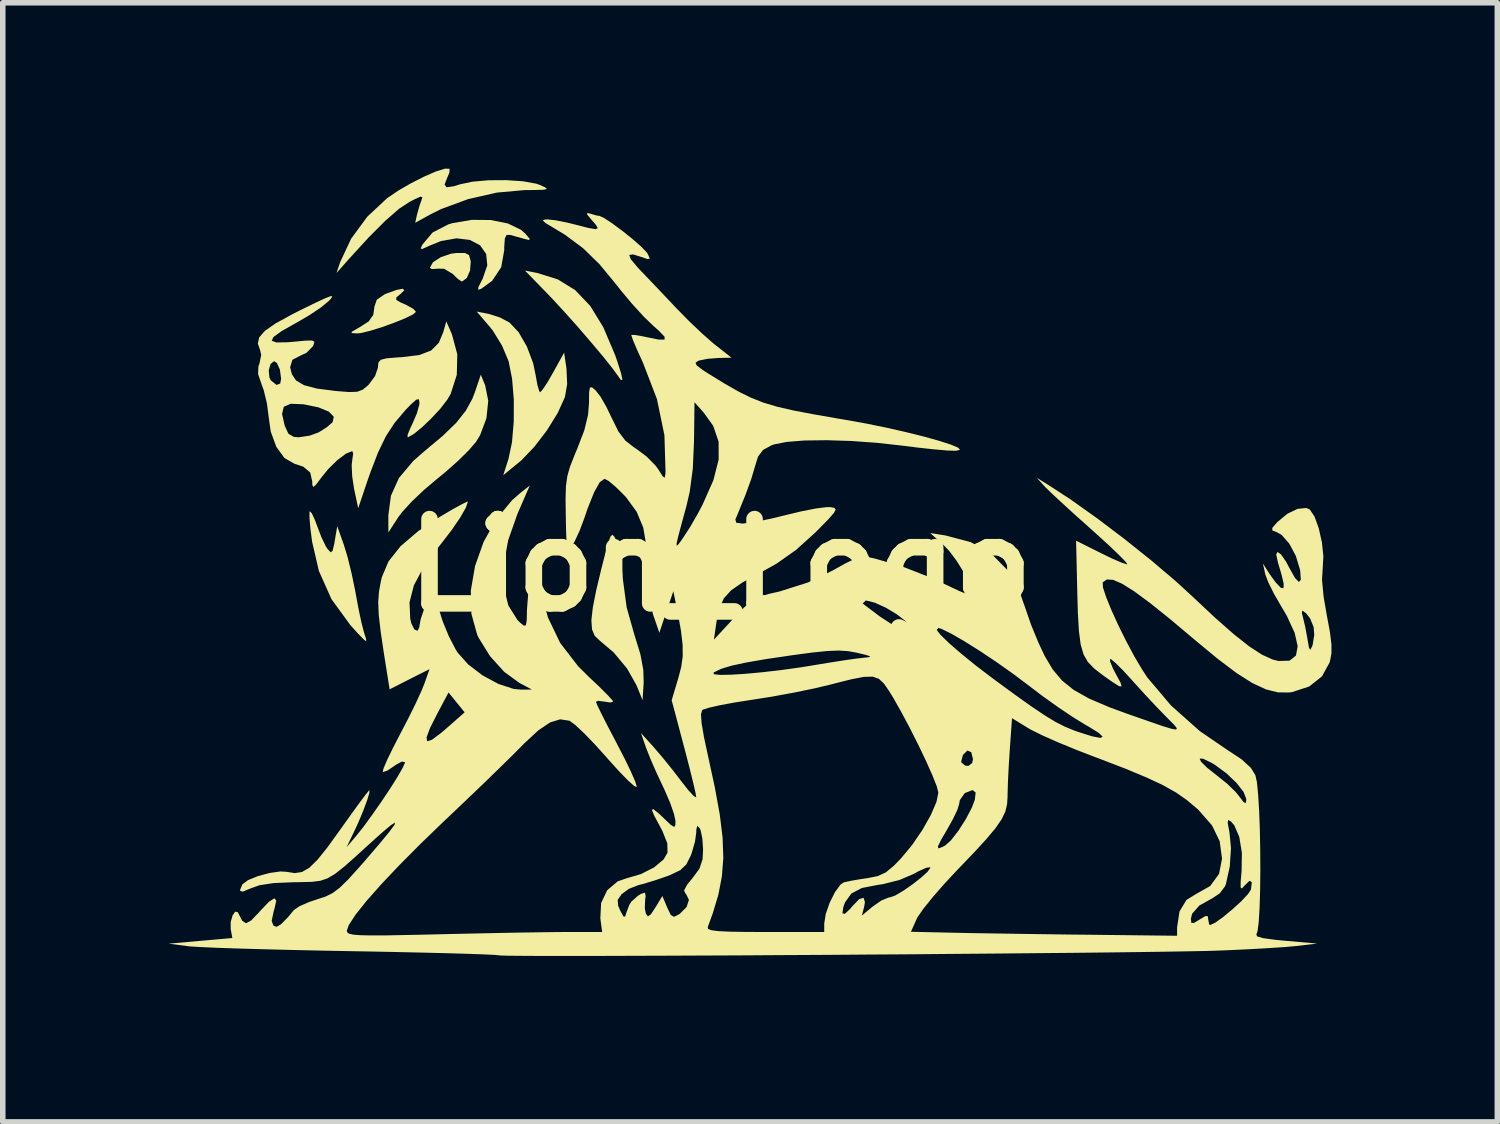
<source format=kicad_pcb>
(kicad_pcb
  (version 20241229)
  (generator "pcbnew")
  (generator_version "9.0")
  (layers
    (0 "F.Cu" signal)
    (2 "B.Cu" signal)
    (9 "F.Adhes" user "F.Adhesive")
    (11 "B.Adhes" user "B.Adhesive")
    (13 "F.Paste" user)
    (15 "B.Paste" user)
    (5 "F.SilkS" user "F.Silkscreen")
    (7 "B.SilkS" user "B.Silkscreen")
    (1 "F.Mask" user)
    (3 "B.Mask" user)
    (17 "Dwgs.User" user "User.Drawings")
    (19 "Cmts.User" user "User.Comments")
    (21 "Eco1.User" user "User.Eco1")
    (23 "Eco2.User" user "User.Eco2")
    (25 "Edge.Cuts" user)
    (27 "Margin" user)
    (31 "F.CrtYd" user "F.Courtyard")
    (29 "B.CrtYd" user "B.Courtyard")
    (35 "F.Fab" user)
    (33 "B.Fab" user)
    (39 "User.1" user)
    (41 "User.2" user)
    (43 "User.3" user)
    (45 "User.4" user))
  (footprint "Lion_Logo"
    (layer "F.Cu")
    (at 9.979 7.173)
    (property "Reference" "Lion_Logo" (at 0 0 0) (layer "F.SilkS") (effects (font (size 1.524 1.524) (thickness 0.3))))
    (attr board_only exclude_from_pos_files exclude_from_bom)
    (fp_poly (pts (xy -4.547 -5.61) (xy -4.518 -5.508) (xy -4.516 -5.486) (xy -4.528 -5.33) (xy -4.586 -5.197) (xy -4.668 -5.135) (xy -4.684 -5.135) (xy -4.751 -5.18) (xy -4.839 -5.267) (xy -4.998 -5.363) (xy -5.105 -5.364) (xy -5.218 -5.357) (xy -5.255 -5.379) (xy -5.2 -5.479) (xy -5.06 -5.571) (xy -4.876 -5.634) (xy -4.78 -5.647) (xy -4.621 -5.648)) (stroke (width 0) (type solid)) (fill yes) (layer "F.SilkS"))
    (fp_poly (pts (xy -3.316 -5.287) (xy -2.945 -5.172) (xy -2.628 -4.977) (xy -2.355 -4.691) (xy -2.118 -4.304) (xy -1.906 -3.805) (xy -1.87 -3.702) (xy -1.797 -3.473) (xy -1.773 -3.355) (xy -1.8 -3.351) (xy -1.855 -3.428) (xy -1.958 -3.569) (xy -2.125 -3.778) (xy -2.337 -4.03) (xy -2.572 -4.303) (xy -2.812 -4.572) (xy -3.034 -4.813) (xy -3.119 -4.902) (xy -3.535 -5.33)) (stroke (width 0) (type solid)) (fill yes) (layer "F.SilkS"))
    (fp_poly (pts (xy -4.255 -3.255) (xy -4.199 -2.975) (xy -4.232 -2.659) (xy -4.347 -2.352) (xy -4.419 -2.234) (xy -4.547 -2.085) (xy -4.743 -1.891) (xy -4.976 -1.684) (xy -5.118 -1.568) (xy -5.36 -1.364) (xy -5.584 -1.151) (xy -5.757 -0.962) (xy -5.822 -0.876) (xy -6.005 -0.594) (xy -6.006 -0.903) (xy -5.959 -1.258) (xy -5.814 -1.579) (xy -5.558 -1.884) (xy -5.36 -2.058) (xy -5.024 -2.339) (xy -4.778 -2.577) (xy -4.606 -2.794) (xy -4.488 -3.008) (xy -4.442 -3.127) (xy -4.334 -3.446)) (stroke (width 0) (type solid)) (fill yes) (layer "F.SilkS"))
    (fp_poly (pts (xy -1.92 -0.519) (xy -1.886 -0.457) (xy -1.838 -0.31) (xy -1.797 -0.083) (xy -1.771 0.177) (xy -1.77 0.21) (xy -1.696 0.762) (xy -1.558 1.25) (xy -1.448 1.607) (xy -1.395 1.891) (xy -1.388 2.119) (xy -1.408 2.44) (xy -1.519 2.168) (xy -1.688 1.868) (xy -1.931 1.576) (xy -2.189 1.357) (xy -2.274 1.276) (xy -2.322 1.161) (xy -2.334 0.996) (xy -2.308 0.764) (xy -2.245 0.445) (xy -2.155 0.07) (xy -2.079 -0.229) (xy -2.025 -0.422) (xy -1.986 -0.524) (xy -1.954 -0.552)) (stroke (width 0) (type solid)) (fill yes) (layer "F.SilkS"))
    (fp_poly (pts (xy -5.718 -4.973) (xy -5.782 -4.91) (xy -5.862 -4.844) (xy -5.863 -4.799) (xy -5.771 -4.747) (xy -5.677 -4.706) (xy -5.556 -4.639) (xy -5.506 -4.584) (xy -5.561 -4.536) (xy -5.704 -4.466) (xy -5.902 -4.386) (xy -6.123 -4.306) (xy -6.333 -4.241) (xy -6.501 -4.2) (xy -6.569 -4.193) (xy -6.668 -4.199) (xy -6.669 -4.222) (xy -6.566 -4.282) (xy -6.538 -4.297) (xy -6.362 -4.41) (xy -6.278 -4.529) (xy -6.257 -4.68) (xy -6.215 -4.803) (xy -6.075 -4.899) (xy -6.039 -4.914) (xy -5.854 -4.981) (xy -5.742 -5)) (stroke (width 0) (type solid)) (fill yes) (layer "F.SilkS"))
    (fp_poly (pts (xy -7.391 -0.942) (xy -7.334 -0.819) (xy -7.293 -0.708) (xy -7.216 -0.508) (xy -7.137 -0.344) (xy -7.105 -0.294) (xy -7.05 -0.235) (xy -7.015 -0.259) (xy -6.985 -0.383) (xy -6.975 -0.444) (xy -6.93 -0.707) (xy -6.81 -0.369) (xy -6.742 -0.144) (xy -6.67 0.149) (xy -6.606 0.456) (xy -6.594 0.525) (xy -6.544 0.793) (xy -6.494 1.028) (xy -6.452 1.192) (xy -6.441 1.229) (xy -6.407 1.339) (xy -6.409 1.376) (xy -6.459 1.333) (xy -6.568 1.221) (xy -6.695 1.079) (xy -7.033 0.615) (xy -7.262 0.103) (xy -7.385 -0.429) (xy -7.416 -0.669) (xy -7.432 -0.858) (xy -7.432 -0.965) (xy -7.428 -0.977)) (stroke (width 0) (type solid)) (fill yes) (layer "F.SilkS"))
    (fp_poly (pts (xy -4.19 -4.546) (xy -3.989 -4.482) (xy -3.816 -4.391) (xy -3.65 -4.215) (xy -3.5 -3.955) (xy -3.387 -3.654) (xy -3.34 -3.429) (xy -3.309 -3.255) (xy -3.276 -3.147) (xy -3.261 -3.129) (xy -3.213 -3.18) (xy -3.126 -3.312) (xy -3.025 -3.488) (xy -2.827 -3.846) (xy -2.784 -3.554) (xy -2.772 -3.276) (xy -2.812 -3.043) (xy -2.94 -2.76) (xy -3.135 -2.444) (xy -3.366 -2.142) (xy -3.601 -1.897) (xy -3.643 -1.862) (xy -3.928 -1.629) (xy -3.833 -1.925) (xy -3.77 -2.223) (xy -3.738 -2.596) (xy -3.737 -2.995) (xy -3.768 -3.374) (xy -3.83 -3.686) (xy -3.832 -3.693) (xy -3.95 -3.973) (xy -4.117 -4.245) (xy -4.172 -4.313) (xy -4.407 -4.588)) (stroke (width 0) (type solid)) (fill yes) (layer "F.SilkS"))
    (fp_poly (pts (xy -4.154 -6.244) (xy -3.845 -6.182) (xy -3.606 -6.066) (xy -3.528 -5.997) (xy -3.45 -5.904) (xy -3.46 -5.882) (xy -3.55 -5.904) (xy -3.714 -5.95) (xy -3.801 -5.974) (xy -3.866 -5.975) (xy -3.899 -5.912) (xy -3.91 -5.757) (xy -3.91 -5.697) (xy -3.965 -5.39) (xy -4.129 -5.144) (xy -4.327 -5) (xy -4.382 -4.982) (xy -4.377 -5.031) (xy -4.309 -5.165) (xy -4.301 -5.18) (xy -4.216 -5.425) (xy -4.237 -5.63) (xy -4.347 -5.787) (xy -4.531 -5.884) (xy -4.773 -5.913) (xy -5.056 -5.863) (xy -5.275 -5.774) (xy -5.393 -5.72) (xy -5.422 -5.729) (xy -5.39 -5.799) (xy -5.206 -6.018) (xy -4.924 -6.164) (xy -4.849 -6.187) (xy -4.499 -6.247)) (stroke (width 0) (type solid)) (fill yes) (layer "F.SilkS"))
    (fp_poly (pts (xy -4.898 -7.171) (xy -4.898 -7.171) (xy -4.902 -7.101) (xy -4.942 -7.007) (xy -4.989 -6.885) (xy -4.952 -6.836) (xy -4.82 -6.855) (xy -4.712 -6.889) (xy -4.487 -6.937) (xy -4.193 -6.963) (xy -3.874 -6.965) (xy -3.574 -6.945) (xy -3.335 -6.902) (xy -3.265 -6.878) (xy -3.167 -6.833) (xy -3.138 -6.806) (xy -3.194 -6.792) (xy -3.349 -6.787) (xy -3.546 -6.785) (xy -4.044 -6.74) (xy -4.566 -6.621) (xy -5.052 -6.442) (xy -5.247 -6.345) (xy -5.52 -6.194) (xy -5.489 -6.335) (xy -5.442 -6.504) (xy -5.411 -6.59) (xy -5.39 -6.656) (xy -5.422 -6.667) (xy -5.529 -6.62) (xy -5.616 -6.576) (xy -5.811 -6.448) (xy -6.058 -6.233) (xy -6.365 -5.926) (xy -6.735 -5.521) (xy -6.749 -5.505) (xy -6.943 -5.286) (xy -6.877 -5.483) (xy -6.679 -5.906) (xy -6.386 -6.305) (xy -6.028 -6.639) (xy -6.026 -6.64) (xy -5.826 -6.776) (xy -5.594 -6.91) (xy -5.357 -7.03) (xy -5.145 -7.122) (xy -4.982 -7.173)) (stroke (width 0) (type solid)) (fill yes) (layer "F.SilkS"))
    (fp_poly (pts (xy -7.018 -4.859) (xy -7.057 -4.807) (xy -7.082 -4.781) (xy -7.223 -4.664) (xy -7.432 -4.524) (xy -7.665 -4.388) (xy -7.673 -4.384) (xy -7.936 -4.235) (xy -8.084 -4.128) (xy -8.115 -4.061) (xy -8.031 -4.03) (xy -7.831 -4.033) (xy -7.725 -4.042) (xy -7.504 -4.063) (xy -7.385 -4.065) (xy -7.343 -4.042) (xy -7.358 -3.988) (xy -7.373 -3.958) (xy -7.486 -3.843) (xy -7.593 -3.793) (xy -7.741 -3.716) (xy -7.782 -3.582) (xy -7.751 -3.456) (xy -7.674 -3.341) (xy -7.53 -3.257) (xy -7.3 -3.196) (xy -6.965 -3.153) (xy -6.946 -3.151) (xy -6.715 -3.133) (xy -6.569 -3.138) (xy -6.47 -3.175) (xy -6.379 -3.25) (xy -6.356 -3.273) (xy -6.246 -3.423) (xy -6.194 -3.574) (xy -6.194 -3.587) (xy -6.185 -3.668) (xy -6.143 -3.716) (xy -6.038 -3.743) (xy -5.844 -3.759) (xy -5.76 -3.764) (xy -5.447 -3.802) (xy -5.232 -3.884) (xy -5.093 -4.024) (xy -5.012 -4.218) (xy -4.958 -4.411) (xy -4.856 -4.178) (xy -4.759 -3.816) (xy -4.768 -3.444) (xy -4.879 -3.099) (xy -4.94 -2.995) (xy -5.063 -2.835) (xy -5.223 -2.662) (xy -5.392 -2.5) (xy -5.543 -2.376) (xy -5.647 -2.317) (xy -5.659 -2.315) (xy -5.656 -2.364) (xy -5.605 -2.488) (xy -5.569 -2.563) (xy -5.49 -2.747) (xy -5.446 -2.906) (xy -5.443 -2.943) (xy -5.455 -3.004) (xy -5.501 -2.995) (xy -5.6 -2.907) (xy -5.698 -2.805) (xy -5.89 -2.579) (xy -6.049 -2.336) (xy -6.191 -2.043) (xy -6.335 -1.669) (xy -6.382 -1.533) (xy -6.551 -1.032) (xy -6.626 -1.385) (xy -6.66 -1.611) (xy -6.669 -1.811) (xy -6.659 -1.901) (xy -6.642 -2.02) (xy -6.658 -2.065) (xy -6.772 -2.019) (xy -6.928 -1.902) (xy -7.092 -1.741) (xy -7.204 -1.604) (xy -7.31 -1.463) (xy -7.362 -1.415) (xy -7.381 -1.453) (xy -7.382 -1.516) (xy -7.419 -1.678) (xy -7.544 -1.783) (xy -7.706 -1.837) (xy -7.885 -1.94) (xy -8.032 -2.142) (xy -8.133 -2.419) (xy -8.17 -2.68) (xy -8.177 -2.735) (xy -7.928 -2.735) (xy -7.88 -2.524) (xy -7.813 -2.379) (xy -7.716 -2.322) (xy -7.625 -2.315) (xy -7.427 -2.345) (xy -7.265 -2.404) (xy -7.114 -2.5) (xy -7.014 -2.588) (xy -6.992 -2.686) (xy -7.082 -2.779) (xy -7.27 -2.856) (xy -7.541 -2.912) (xy -7.545 -2.912) (xy -7.773 -2.921) (xy -7.897 -2.866) (xy -7.928 -2.735) (xy -8.177 -2.735) (xy -8.202 -2.929) (xy -8.26 -3.168) (xy -8.297 -3.269) (xy -8.362 -3.459) (xy -8.359 -3.522) (xy -8.169 -3.522) (xy -8.157 -3.395) (xy -8.131 -3.344) (xy -8.027 -3.261) (xy -7.961 -3.288) (xy -7.945 -3.373) (xy -7.967 -3.539) (xy -8.022 -3.659) (xy -8.073 -3.691) (xy -8.138 -3.639) (xy -8.169 -3.522) (xy -8.359 -3.522) (xy -8.355 -3.601) (xy -8.337 -3.649) (xy -8.305 -3.802) (xy -8.324 -3.888) (xy -8.366 -4.008) (xy -8.342 -4.121) (xy -8.24 -4.238) (xy -8.049 -4.372) (xy -7.756 -4.533) (xy -7.609 -4.608) (xy -7.325 -4.747) (xy -7.14 -4.833) (xy -7.042 -4.869)) (stroke (width 0) (type solid)) (fill yes) (layer "F.SilkS"))
    (fp_poly (pts (xy -2.357 -6.36) (xy -2.236 -6.325) (xy -2.191 -6.319) (xy -2.105 -6.281) (xy -1.956 -6.182) (xy -1.773 -6.047) (xy -1.588 -5.899) (xy -1.431 -5.761) (xy -1.331 -5.656) (xy -1.316 -5.634) (xy -1.278 -5.548) (xy -1.318 -5.537) (xy -1.41 -5.569) (xy -1.58 -5.622) (xy -1.65 -5.612) (xy -1.621 -5.534) (xy -1.494 -5.383) (xy -1.446 -5.332) (xy -1.259 -5.137) (xy -1.032 -4.898) (xy -0.81 -4.663) (xy -0.782 -4.634) (xy -0.564 -4.412) (xy -0.332 -4.192) (xy -0.131 -4.015) (xy -0.104 -3.994) (xy 0.199 -3.754) (xy -0.041 -3.749) (xy -0.232 -3.734) (xy -0.384 -3.704) (xy -0.399 -3.699) (xy -0.451 -3.663) (xy -0.428 -3.613) (xy -0.317 -3.529) (xy -0.212 -3.462) (xy 0.079 -3.283) (xy 0.325 -3.143) (xy 0.549 -3.032) (xy 0.775 -2.942) (xy 1.027 -2.867) (xy 1.329 -2.798) (xy 1.703 -2.727) (xy 2.174 -2.645) (xy 2.254 -2.632) (xy 2.637 -2.563) (xy 3.014 -2.486) (xy 3.369 -2.405) (xy 3.69 -2.325) (xy 3.961 -2.249) (xy 4.168 -2.182) (xy 4.297 -2.127) (xy 4.333 -2.089) (xy 4.263 -2.071) (xy 4.25 -2.071) (xy 4.098 -2.076) (xy 3.857 -2.097) (xy 3.564 -2.129) (xy 3.312 -2.161) (xy 2.837 -2.214) (xy 2.365 -2.248) (xy 1.92 -2.262) (xy 1.523 -2.257) (xy 1.198 -2.231) (xy 0.968 -2.186) (xy 0.926 -2.171) (xy 0.769 -2.085) (xy 0.68 -1.965) (xy 0.629 -1.803) (xy 0.56 -1.569) (xy 0.455 -1.279) (xy 0.303 -0.906) (xy 0.27 -0.829) (xy 0.285 -0.77) (xy 0.4 -0.754) (xy 0.619 -0.781) (xy 0.949 -0.851) (xy 1.193 -0.911) (xy 1.474 -0.978) (xy 1.726 -1.027) (xy 1.915 -1.051) (xy 1.985 -1.052) (xy 2.058 -1.039) (xy 2.084 -1.01) (xy 2.054 -0.949) (xy 1.958 -0.839) (xy 1.786 -0.663) (xy 1.712 -0.589) (xy 1.371 -0.281) (xy 1.016 -0.03) (xy 0.691 0.151) (xy 0.395 0.313) (xy 0.193 0.453) (xy 0.062 0.597) (xy -0.017 0.774) (xy -0.069 1.008) (xy -0.082 1.095) (xy -0.118 1.345) (xy 0.238 0.96) (xy 0.421 0.769) (xy 0.563 0.647) (xy 0.634 0.608) (xy 2.471 0.608) (xy 2.628 0.734) (xy 2.89 0.931) (xy 3.115 1.077) (xy 3.29 1.164) (xy 3.4 1.185) (xy 3.415 1.161) (xy 3.904 1.161) (xy 3.981 1.259) (xy 4.133 1.407) (xy 4.348 1.593) (xy 4.612 1.808) (xy 4.913 2.037) (xy 4.942 2.059) (xy 5.323 2.338) (xy 5.622 2.551) (xy 5.86 2.711) (xy 6.053 2.829) (xy 6.221 2.915) (xy 6.382 2.982) (xy 6.464 3.012) (xy 6.721 3.093) (xy 6.872 3.122) (xy 6.913 3.101) (xy 6.843 3.032) (xy 6.658 2.917) (xy 6.614 2.893) (xy 6.392 2.757) (xy 6.111 2.569) (xy 5.81 2.354) (xy 5.562 2.165) (xy 5.288 1.959) (xy 4.992 1.75) (xy 4.694 1.551) (xy 4.415 1.376) (xy 4.177 1.238) (xy 4 1.151) (xy 3.915 1.126) (xy 3.904 1.161) (xy 3.415 1.161) (xy 3.431 1.135) (xy 3.426 1.11) (xy 3.346 1.008) (xy 3.188 0.885) (xy 2.991 0.767) (xy 2.795 0.678) (xy 2.69 0.649) (xy 2.471 0.608) (xy 0.634 0.608) (xy 0.705 0.57) (xy 0.889 0.514) (xy 1.068 0.474) (xy 1.586 0.31) (xy 2.03 0.094) (xy 2.269 -0.039) (xy 2.434 -0.117) (xy 2.558 -0.149) (xy 2.674 -0.146) (xy 2.776 -0.126) (xy 3.284 0.02) (xy 3.82 0.23) (xy 4.12 0.371) (xy 4.319 0.465) (xy 4.47 0.527) (xy 4.545 0.543) (xy 4.546 0.542) (xy 4.549 0.459) (xy 4.493 0.307) (xy 4.395 0.117) (xy 4.271 -0.081) (xy 4.139 -0.257) (xy 4.048 -0.353) (xy 3.794 -0.583) (xy 4.071 -0.539) (xy 4.526 -0.419) (xy 4.896 -0.213) (xy 5.188 0.085) (xy 5.411 0.483) (xy 5.515 0.778) (xy 5.618 1.076) (xy 5.752 1.402) (xy 5.864 1.64) (xy 6.009 1.884) (xy 6.178 2.085) (xy 6.39 2.255) (xy 6.668 2.411) (xy 7.033 2.567) (xy 7.367 2.689) (xy 7.733 2.817) (xy 7.993 2.907) (xy 8.158 2.957) (xy 8.241 2.971) (xy 8.254 2.947) (xy 8.208 2.888) (xy 8.116 2.795) (xy 8.063 2.742) (xy 7.882 2.555) (xy 7.664 2.322) (xy 7.455 2.092) (xy 7.445 2.08) (xy 7.281 1.901) (xy 7.145 1.766) (xy 7.061 1.696) (xy 7.048 1.691) (xy 7.046 1.738) (xy 7.097 1.862) (xy 7.154 1.972) (xy 7.234 2.12) (xy 7.255 2.191) (xy 7.208 2.186) (xy 7.081 2.105) (xy 6.913 1.986) (xy 6.759 1.867) (xy 6.646 1.75) (xy 6.567 1.613) (xy 6.515 1.433) (xy 6.483 1.19) (xy 6.464 0.861) (xy 6.454 0.512) (xy 6.432 -0.445) (xy 6.883 -0.219) (xy 7.094 -0.117) (xy 7.26 -0.046) (xy 7.351 -0.017) (xy 7.36 -0.019) (xy 7.325 -0.067) (xy 7.211 -0.183) (xy 7.035 -0.352) (xy 6.81 -0.557) (xy 6.681 -0.673) (xy 6.422 -0.904) (xy 6.189 -1.117) (xy 6 -1.292) (xy 5.877 -1.411) (xy 5.85 -1.44) (xy 5.724 -1.58) (xy 5.916 -1.462) (xy 6.335 -1.189) (xy 6.809 -0.852) (xy 7.305 -0.477) (xy 7.789 -0.09) (xy 8.229 0.283) (xy 8.538 0.566) (xy 8.948 0.951) (xy 9.287 1.249) (xy 9.566 1.469) (xy 9.796 1.618) (xy 9.988 1.705) (xy 10.093 1.731) (xy 10.293 1.725) (xy 10.408 1.633) (xy 10.439 1.464) (xy 10.385 1.223) (xy 10.245 0.919) (xy 10.214 0.865) (xy 10.515 0.865) (xy 10.534 0.938) (xy 10.574 1.106) (xy 10.613 1.313) (xy 10.617 1.341) (xy 10.644 1.491) (xy 10.667 1.529) (xy 10.699 1.468) (xy 10.71 1.439) (xy 10.739 1.262) (xy 10.728 1.119) (xy 10.664 0.96) (xy 10.589 0.865) (xy 10.521 0.819) (xy 10.515 0.865) (xy 10.214 0.865) (xy 10.145 0.748) (xy 10.015 0.524) (xy 9.911 0.315) (xy 9.853 0.164) (xy 9.852 0.156) (xy 9.811 -0.031) (xy 9.936 0.165) (xy 10.04 0.308) (xy 10.129 0.402) (xy 10.139 0.409) (xy 10.183 0.413) (xy 10.187 0.337) (xy 10.147 0.167) (xy 10.082 -0.051) (xy 10.051 -0.195) (xy 10.075 -0.241) (xy 10.139 -0.195) (xy 10.23 -0.064) (xy 10.291 0.052) (xy 10.392 0.232) (xy 10.462 0.302) (xy 10.496 0.261) (xy 10.486 0.107) (xy 10.481 0.078) (xy 10.405 -0.171) (xy 10.287 -0.392) (xy 10.149 -0.549) (xy 10.064 -0.597) (xy 9.981 -0.63) (xy 9.98 -0.676) (xy 10.063 -0.772) (xy 10.073 -0.783) (xy 10.253 -0.932) (xy 10.439 -1.021) (xy 10.597 -1.036) (xy 10.659 -1.008) (xy 10.745 -0.879) (xy 10.821 -0.668) (xy 10.877 -0.416) (xy 10.904 -0.166) (xy 10.893 0.036) (xy 10.879 0.261) (xy 10.909 0.574) (xy 10.966 0.904) (xy 11.023 1.211) (xy 11.05 1.431) (xy 11.05 1.594) (xy 11.023 1.735) (xy 11.017 1.756) (xy 10.879 2.009) (xy 10.648 2.192) (xy 10.34 2.293) (xy 10.287 2.3) (xy 10.084 2.299) (xy 9.867 2.245) (xy 9.621 2.131) (xy 9.334 1.949) (xy 8.991 1.69) (xy 8.577 1.348) (xy 8.567 1.339) (xy 8.127 0.969) (xy 7.769 0.682) (xy 7.484 0.472) (xy 7.265 0.334) (xy 7.103 0.264) (xy 6.99 0.256) (xy 6.918 0.305) (xy 6.913 0.313) (xy 6.918 0.402) (xy 6.975 0.576) (xy 7.071 0.811) (xy 7.195 1.083) (xy 7.337 1.37) (xy 7.485 1.647) (xy 7.629 1.89) (xy 7.721 2.03) (xy 8.149 2.536) (xy 8.668 2.998) (xy 9.158 3.333) (xy 9.425 3.509) (xy 9.593 3.664) (xy 9.674 3.795) (xy 9.702 3.922) (xy 9.724 4.143) (xy 9.742 4.436) (xy 9.755 4.779) (xy 9.762 5.149) (xy 9.764 5.524) (xy 9.76 5.88) (xy 9.75 6.196) (xy 9.735 6.449) (xy 9.713 6.617) (xy 9.693 6.673) (xy 9.702 6.71) (xy 9.814 6.743) (xy 10.038 6.774) (xy 10.209 6.79) (xy 10.792 6.841) (xy 10.417 6.885) (xy 10.222 6.903) (xy 9.935 6.922) (xy 9.587 6.942) (xy 9.209 6.96) (xy 9.009 6.968) (xy 8.79 6.975) (xy 8.469 6.981) (xy 8.056 6.988) (xy 7.562 6.995) (xy 6.997 7.002) (xy 6.37 7.009) (xy 5.692 7.015) (xy 4.972 7.022) (xy 4.221 7.028) (xy 3.449 7.035) (xy 2.665 7.04) (xy 1.88 7.046) (xy 1.103 7.05) (xy 0.346 7.055) (xy -0.383 7.058) (xy -1.074 7.061) (xy -1.715 7.063) (xy -2.298 7.065) (xy -2.811 7.065) (xy -3.246 7.065) (xy -3.592 7.063) (xy -3.839 7.061) (xy -3.977 7.057) (xy -4.004 7.054) (xy -4.071 7.047) (xy -4.25 7.038) (xy -4.528 7.028) (xy -4.892 7.017) (xy -5.329 7.006) (xy -5.824 6.995) (xy -6.367 6.984) (xy -6.663 6.979) (xy -7.239 6.968) (xy -7.788 6.956) (xy -8.294 6.943) (xy -8.743 6.93) (xy -9.119 6.917) (xy -9.407 6.904) (xy -9.592 6.893) (xy -9.634 6.888) (xy -9.979 6.843) (xy -9.403 6.792) (xy -8.827 6.741) (xy -8.857 6.577) (xy -8.857 6.451) (xy -8.824 6.335) (xy -8.776 6.264) (xy -8.729 6.274) (xy -8.722 6.287) (xy -8.649 6.428) (xy -8.58 6.474) (xy -8.488 6.425) (xy -8.348 6.279) (xy -8.328 6.256) (xy -8.166 6.086) (xy -8.067 6.022) (xy -8.033 6.064) (xy -8.065 6.211) (xy -8.078 6.251) (xy -8.116 6.431) (xy -8.084 6.517) (xy -8.027 6.539) (xy -7.945 6.491) (xy -7.82 6.363) (xy -7.713 6.234) (xy -7.613 6.166) (xy -7.437 6.089) (xy -7.293 6.041) (xy -7.141 5.991) (xy -7.012 5.927) (xy -6.884 5.831) (xy -6.734 5.684) (xy -6.537 5.466) (xy -6.434 5.349) (xy -6.169 5.04) (xy -5.989 4.822) (xy -5.894 4.693) (xy -5.884 4.652) (xy -5.959 4.699) (xy -6.117 4.832) (xy -6.31 5.005) (xy -6.594 5.264) (xy -6.807 5.453) (xy -6.97 5.581) (xy -7.106 5.662) (xy -7.237 5.706) (xy -7.386 5.725) (xy -7.574 5.73) (xy -7.718 5.732) (xy -8.08 5.747) (xy -8.339 5.787) (xy -8.495 5.843) (xy -8.641 5.903) (xy -8.692 5.883) (xy -8.651 5.782) (xy -8.643 5.768) (xy -8.542 5.693) (xy -8.364 5.621) (xy -8.153 5.565) (xy -7.957 5.537) (xy -7.844 5.544) (xy -7.698 5.567) (xy -7.568 5.547) (xy -7.436 5.471) (xy -7.288 5.326) (xy -7.106 5.1) (xy -6.879 4.785) (xy -6.695 4.527) (xy -6.538 4.31) (xy -6.42 4.152) (xy -6.356 4.073) (xy -6.348 4.067) (xy -6.35 4.118) (xy -6.391 4.254) (xy -6.461 4.442) (xy -6.549 4.652) (xy -6.628 4.823) (xy -6.762 5.099) (xy -6.601 4.911) (xy -6.463 4.739) (xy -6.303 4.52) (xy -6.135 4.28) (xy -5.976 4.042) (xy -5.841 3.828) (xy -5.746 3.662) (xy -5.705 3.569) (xy -5.706 3.56) (xy -5.762 3.55) (xy -5.875 3.611) (xy -5.901 3.631) (xy -6.024 3.713) (xy -6.102 3.739) (xy -6.107 3.736) (xy -6.092 3.671) (xy -6.028 3.52) (xy -5.923 3.305) (xy -5.824 3.113) (xy -5.315 3.113) (xy -5.304 3.183) (xy -5.217 3.155) (xy -5.053 3.033) (xy -4.925 2.923) (xy -4.626 2.659) (xy -4.772 2.48) (xy -4.917 2.3) (xy -5.117 2.676) (xy -5.253 2.945) (xy -5.315 3.113) (xy -5.824 3.113) (xy -5.794 3.055) (xy -5.645 2.769) (xy -5.51 2.496) (xy -5.406 2.269) (xy -5.355 2.143) (xy -5.261 1.878) (xy -5.622 2.06) (xy -5.983 2.243) (xy -6.089 1.575) (xy -6.146 1.191) (xy -6.179 0.9) (xy -6.189 0.671) (xy -6.175 0.475) (xy -6.14 0.283) (xy -6.123 0.215) (xy -6.004 -0.068) (xy -5.786 -0.344) (xy -5.462 -0.621) (xy -5.083 -0.871) (xy -4.863 -1.001) (xy -4.69 -1.097) (xy -4.586 -1.148) (xy -4.567 -1.151) (xy -4.605 -1.04) (xy -4.708 -0.86) (xy -4.86 -0.638) (xy -5.043 -0.4) (xy -5.085 -0.348) (xy -5.367 0.029) (xy -5.544 0.363) (xy -5.623 0.67) (xy -5.61 0.968) (xy -5.591 1.048) (xy -5.537 1.159) (xy -5.477 1.185) (xy -5.444 1.116) (xy -5.443 1.096) (xy -5.42 0.971) (xy -5.364 0.807) (xy -5.292 0.646) (xy -5.224 0.531) (xy -5.186 0.5) (xy -5.135 0.55) (xy -5.13 0.583) (xy -5.1 0.768) (xy -5.022 1.016) (xy -4.913 1.281) (xy -4.79 1.519) (xy -4.752 1.58) (xy -4.561 1.794) (xy -4.302 1.991) (xy -4.015 2.146) (xy -3.739 2.236) (xy -3.603 2.249) (xy -3.41 2.247) (xy -3.635 2.128) (xy -3.911 1.927) (xy -4.169 1.641) (xy -4.375 1.308) (xy -4.4 1.254) (xy -4.504 0.878) (xy -4.514 0.456) (xy -4.438 0.014) (xy -4.283 -0.423) (xy -4.057 -0.828) (xy -3.769 -1.176) (xy -3.615 -1.311) (xy -3.449 -1.441) (xy -3.672 -0.927) (xy -3.838 -0.456) (xy -3.921 -0.013) (xy -3.92 0.387) (xy -3.836 0.727) (xy -3.67 0.991) (xy -3.626 1.034) (xy -3.556 1.092) (xy -3.519 1.086) (xy -3.503 0.995) (xy -3.499 0.807) (xy -3.48 0.556) (xy -3.44 0.31) (xy -3.416 0.219) (xy -3.338 -0.031) (xy -3.26 0.407) (xy -3.12 0.943) (xy -2.898 1.405) (xy -2.576 1.823) (xy -2.377 2.021) (xy -2.188 2.199) (xy -2.04 2.347) (xy -1.954 2.442) (xy -1.939 2.465) (xy -1.991 2.482) (xy -2.096 2.466) (xy -2.212 2.451) (xy -2.252 2.469) (xy -2.224 2.538) (xy -2.148 2.694) (xy -2.035 2.916) (xy -1.895 3.182) (xy -1.872 3.227) (xy -1.731 3.5) (xy -1.617 3.736) (xy -1.541 3.911) (xy -1.513 4.004) (xy -1.514 4.009) (xy -1.56 3.991) (xy -1.671 3.892) (xy -1.831 3.728) (xy -2.024 3.515) (xy -2.061 3.472) (xy -2.273 3.237) (xy -2.468 3.035) (xy -2.626 2.887) (xy -2.727 2.813) (xy -2.732 2.811) (xy -2.899 2.786) (xy -3.081 2.842) (xy -3.295 2.987) (xy -3.555 3.228) (xy -3.598 3.272) (xy -3.758 3.433) (xy -3.99 3.661) (xy -4.272 3.935) (xy -4.586 4.235) (xy -4.909 4.543) (xy -4.986 4.615) (xy -5.416 5.03) (xy -5.801 5.417) (xy -6.133 5.768) (xy -6.403 6.073) (xy -6.602 6.323) (xy -6.722 6.508) (xy -6.757 6.609) (xy -6.748 6.64) (xy -6.714 6.664) (xy -6.639 6.68) (xy -6.511 6.69) (xy -6.315 6.694) (xy -6.038 6.693) (xy -5.667 6.686) (xy -5.186 6.676) (xy -5.083 6.673) (xy -4.597 6.662) (xy -4.114 6.652) (xy -3.661 6.643) (xy -3.262 6.637) (xy -2.945 6.633) (xy -2.774 6.632) (xy -2.139 6.632) (xy -2.172 6.385) (xy -2.158 6.108) (xy -2.131 6.051) (xy -1.858 6.051) (xy -1.85 6.157) (xy -1.814 6.241) (xy -1.754 6.351) (xy -1.723 6.354) (xy -1.703 6.287) (xy -1.648 6.141) (xy -1.609 6.081) (xy -1.496 5.98) (xy -1.438 5.943) (xy -1.364 5.92) (xy -1.353 5.987) (xy -1.361 6.039) (xy -1.368 6.202) (xy -1.349 6.299) (xy -1.312 6.35) (xy -1.258 6.312) (xy -1.179 6.193) (xy -1.05 5.981) (xy -0.963 6.189) (xy -0.899 6.322) (xy -0.841 6.358) (xy -0.751 6.314) (xy -0.735 6.303) (xy -0.612 6.181) (xy -0.57 6.05) (xy -0.62 5.948) (xy -0.63 5.94) (xy -0.658 5.882) (xy -0.603 5.777) (xy -0.511 5.665) (xy -0.38 5.488) (xy -0.323 5.316) (xy -0.314 5.144) (xy -0.327 4.946) (xy -0.358 4.793) (xy -0.375 4.755) (xy -0.419 4.712) (xy -0.436 4.778) (xy -0.437 4.832) (xy -0.461 5.001) (xy -0.52 5.205) (xy -0.538 5.252) (xy -0.617 5.41) (xy -0.726 5.514) (xy -0.906 5.6) (xy -0.96 5.621) (xy -1.184 5.698) (xy -1.394 5.762) (xy -1.479 5.783) (xy -1.657 5.852) (xy -1.786 5.947) (xy -1.858 6.051) (xy -2.131 6.051) (xy -2.047 5.876) (xy -1.858 5.716) (xy -1.704 5.663) (xy -1.436 5.584) (xy -1.199 5.463) (xy -1.028 5.32) (xy -0.957 5.197) (xy -0.961 5.028) (xy -1.051 4.802) (xy -1.084 4.74) (xy -1.196 4.531) (xy -1.24 4.423) (xy -1.213 4.41) (xy -1.115 4.489) (xy -1.032 4.567) (xy -0.902 4.691) (xy -0.837 4.733) (xy -0.816 4.701) (xy -0.813 4.624) (xy -0.84 4.497) (xy -0.91 4.296) (xy -1.011 4.061) (xy -1.039 4.002) (xy -1.159 3.746) (xy -1.267 3.498) (xy -1.343 3.306) (xy -1.351 3.284) (xy -1.437 3.034) (xy -1.211 3.284) (xy -1.052 3.47) (xy -0.864 3.702) (xy -0.711 3.901) (xy -0.581 4.067) (xy -0.484 4.172) (xy -0.439 4.197) (xy -0.438 4.191) (xy -0.453 4.105) (xy -0.495 3.923) (xy -0.558 3.669) (xy -0.636 3.367) (xy -0.66 3.277) (xy -0.814 2.695) (xy -0.352 2.695) (xy -0.341 2.855) (xy -0.297 3.111) (xy -0.23 3.424) (xy -0.102 4.014) (xy -0.012 4.508) (xy 0.039 4.927) (xy 0.052 5.293) (xy 0.026 5.628) (xy -0.037 5.955) (xy -0.139 6.295) (xy -0.23 6.545) (xy -0.224 6.577) (xy -0.165 6.6) (xy -0.04 6.616) (xy 0.168 6.626) (xy 0.473 6.631) (xy 0.807 6.632) (xy 1.877 6.632) (xy 1.877 6.628) (xy 3.445 6.628) (xy 4.209 6.645) (xy 4.491 6.651) (xy 4.869 6.657) (xy 5.317 6.664) (xy 5.804 6.671) (xy 6.304 6.678) (xy 6.616 6.681) (xy 8.258 6.7) (xy 8.258 6.55) (xy 8.282 6.392) (xy 8.508 6.392) (xy 8.517 6.469) (xy 8.566 6.467) (xy 8.665 6.407) (xy 8.774 6.342) (xy 8.816 6.349) (xy 8.821 6.405) (xy 8.838 6.493) (xy 8.855 6.506) (xy 8.945 6.466) (xy 9.09 6.362) (xy 9.259 6.222) (xy 9.421 6.074) (xy 9.543 5.944) (xy 9.594 5.865) (xy 9.61 5.732) (xy 9.569 5.705) (xy 9.48 5.791) (xy 9.479 5.792) (xy 9.43 5.845) (xy 9.408 5.829) (xy 9.408 5.723) (xy 9.425 5.53) (xy 9.43 5.202) (xy 9.384 4.915) (xy 9.293 4.703) (xy 9.231 4.632) (xy 9.182 4.607) (xy 9.174 4.662) (xy 9.203 4.816) (xy 9.205 4.824) (xy 9.233 5.115) (xy 9.211 5.449) (xy 9.143 5.758) (xy 9.127 5.803) (xy 9.032 5.931) (xy 8.901 6.019) (xy 8.66 6.154) (xy 8.53 6.302) (xy 8.508 6.392) (xy 8.282 6.392) (xy 8.302 6.261) (xy 8.428 6.052) (xy 8.606 5.942) (xy 8.857 5.801) (xy 9.017 5.581) (xy 9.071 5.307) (xy 9.029 4.991) (xy 8.891 4.706) (xy 8.646 4.425) (xy 8.617 4.399) (xy 8.438 4.248) (xy 8.24 4.11) (xy 8.002 3.976) (xy 7.705 3.837) (xy 7.331 3.681) (xy 6.86 3.5) (xy 6.847 3.495) (xy 8.667 3.495) (xy 8.69 3.551) (xy 8.795 3.656) (xy 8.976 3.8) (xy 8.987 3.808) (xy 9.166 3.952) (xy 9.317 4.099) (xy 9.363 4.155) (xy 9.456 4.277) (xy 9.498 4.305) (xy 9.509 4.25) (xy 9.509 4.225) (xy 9.461 4.099) (xy 9.333 3.936) (xy 9.153 3.764) (xy 8.949 3.613) (xy 8.883 3.573) (xy 8.73 3.499) (xy 8.667 3.495) (xy 6.847 3.495) (xy 6.768 3.466) (xy 6.427 3.334) (xy 6.101 3.2) (xy 5.822 3.076) (xy 5.62 2.976) (xy 5.571 2.948) (xy 5.273 2.765) (xy 5.233 3.331) (xy 5.214 3.625) (xy 5.2 3.907) (xy 5.193 4.128) (xy 5.193 4.176) (xy 5.184 4.319) (xy 5.153 4.452) (xy 5.086 4.592) (xy 4.973 4.756) (xy 4.803 4.959) (xy 4.564 5.218) (xy 4.288 5.505) (xy 4.051 5.759) (xy 3.839 6.002) (xy 3.67 6.212) (xy 3.565 6.363) (xy 3.549 6.395) (xy 3.445 6.628) (xy 1.877 6.628) (xy 1.877 6.48) (xy 1.905 6.303) (xy 1.909 6.293) (xy 2.206 6.293) (xy 2.25 6.304) (xy 2.349 6.211) (xy 2.389 6.162) (xy 2.51 6.037) (xy 2.589 6.014) (xy 2.613 6.091) (xy 2.6 6.171) (xy 2.558 6.335) (xy 2.754 6.171) (xy 2.906 6.065) (xy 3.04 6.009) (xy 3.065 6.006) (xy 3.159 5.973) (xy 3.304 5.888) (xy 3.47 5.773) (xy 3.626 5.651) (xy 3.745 5.544) (xy 3.796 5.473) (xy 3.793 5.461) (xy 3.724 5.47) (xy 3.587 5.531) (xy 3.491 5.583) (xy 3.236 5.692) (xy 2.934 5.768) (xy 2.847 5.78) (xy 2.558 5.836) (xy 2.368 5.936) (xy 2.253 6.096) (xy 2.223 6.178) (xy 2.206 6.293) (xy 1.909 6.293) (xy 1.977 6.099) (xy 2.073 5.909) (xy 2.173 5.773) (xy 2.232 5.734) (xy 2.36 5.706) (xy 2.554 5.673) (xy 2.659 5.658) (xy 2.845 5.621) (xy 2.992 5.553) (xy 3.141 5.429) (xy 3.264 5.302) (xy 3.445 5.085) (xy 3.932 5.085) (xy 3.942 5.12) (xy 4.013 5.095) (xy 4.063 5.069) (xy 4.171 4.972) (xy 4.305 4.799) (xy 4.438 4.59) (xy 4.547 4.383) (xy 4.601 4.239) (xy 4.615 4.109) (xy 4.564 4.067) (xy 4.555 4.067) (xy 4.418 4.12) (xy 4.329 4.248) (xy 4.317 4.317) (xy 4.286 4.42) (xy 4.205 4.59) (xy 4.102 4.774) (xy 3.985 4.975) (xy 3.932 5.085) (xy 3.445 5.085) (xy 3.466 5.059) (xy 3.652 4.787) (xy 3.805 4.516) (xy 3.907 4.278) (xy 3.941 4.112) (xy 3.913 4) (xy 3.835 3.802) (xy 3.727 3.56) (xy 4.352 3.56) (xy 4.426 3.623) (xy 4.484 3.629) (xy 4.552 3.577) (xy 4.567 3.507) (xy 4.536 3.38) (xy 4.466 3.35) (xy 4.385 3.43) (xy 4.385 3.431) (xy 4.352 3.56) (xy 3.727 3.56) (xy 3.72 3.543) (xy 3.579 3.248) (xy 3.424 2.941) (xy 3.266 2.645) (xy 3.119 2.386) (xy 3.046 2.268) (xy 2.955 2.137) (xy 2.865 2.053) (xy 2.753 2.014) (xy 2.594 2.018) (xy 2.366 2.062) (xy 2.044 2.143) (xy 1.992 2.157) (xy 1.692 2.228) (xy 1.317 2.305) (xy 0.918 2.378) (xy 0.573 2.432) (xy 0.26 2.481) (xy -0.01 2.531) (xy -0.212 2.577) (xy -0.321 2.613) (xy -0.33 2.619) (xy -0.352 2.695) (xy -0.814 2.695) (xy -0.882 2.441) (xy -0.763 2.043) (xy -0.736 1.942) (xy -0.125 1.942) (xy -0.12 1.97) (xy -0.009 1.982) (xy 0.187 1.979) (xy 0.449 1.963) (xy 0.759 1.934) (xy 1.097 1.895) (xy 1.444 1.847) (xy 1.658 1.812) (xy 1.961 1.762) (xy 2.242 1.718) (xy 2.462 1.687) (xy 2.565 1.675) (xy 2.685 1.662) (xy 2.71 1.647) (xy 2.631 1.621) (xy 2.465 1.581) (xy 2.311 1.553) (xy 2.145 1.542) (xy 1.94 1.55) (xy 1.669 1.577) (xy 1.303 1.626) (xy 1.289 1.628) (xy 0.821 1.697) (xy 0.462 1.759) (xy 0.196 1.817) (xy 0.01 1.874) (xy -0.113 1.934) (xy -0.125 1.942) (xy -0.736 1.942) (xy -0.709 1.837) (xy -0.682 1.645) (xy -0.684 1.436) (xy -0.714 1.18) (xy -0.775 0.846) (xy -0.807 0.688) (xy -0.852 0.469) (xy -0.979 0.845) (xy -1.105 1.22) (xy -1.223 0.876) (xy -1.319 0.419) (xy -1.328 0.094) (xy -1.337 -0.338) (xy -1.347 -0.397) (xy -0.792 -0.397) (xy -0.792 -0.353) (xy -0.764 -0.374) (xy -0.709 -0.448) (xy -0.667 -0.509) (xy -0.549 -0.691) (xy -0.413 -0.927) (xy -0.32 -1.103) (xy -0.127 -1.54) (xy -0.032 -1.913) (xy -0.033 -2.235) (xy -0.131 -2.522) (xy -0.301 -2.759) (xy -0.469 -2.948) (xy -0.478 -2.24) (xy -0.5 -1.744) (xy -0.555 -1.331) (xy -0.617 -1.064) (xy -0.706 -0.739) (xy -0.764 -0.521) (xy -0.792 -0.397) (xy -1.347 -0.397) (xy -1.396 -0.682) (xy -1.515 -0.967) (xy -1.702 -1.224) (xy -1.738 -1.264) (xy -1.894 -1.418) (xy -2.024 -1.526) (xy -2.097 -1.564) (xy -2.182 -1.503) (xy -2.284 -1.322) (xy -2.403 -1.025) (xy -2.464 -0.845) (xy -2.546 -0.627) (xy -2.636 -0.433) (xy -2.675 -0.367) (xy -2.722 -0.3) (xy -2.754 -0.28) (xy -2.774 -0.326) (xy -2.785 -0.452) (xy -2.793 -0.675) (xy -2.797 -0.898) (xy -2.801 -1.209) (xy -2.794 -1.434) (xy -2.769 -1.613) (xy -2.721 -1.782) (xy -2.642 -1.983) (xy -2.594 -2.098) (xy -2.462 -2.44) (xy -2.394 -2.72) (xy -2.377 -2.937) (xy -2.375 -3.128) (xy -2.36 -3.215) (xy -2.322 -3.217) (xy -2.257 -3.163) (xy -2.169 -3.05) (xy -2.062 -2.863) (xy -1.965 -2.662) (xy -1.845 -2.419) (xy -1.72 -2.255) (xy -1.558 -2.128) (xy -1.523 -2.107) (xy -1.333 -1.965) (xy -1.171 -1.8) (xy -1.126 -1.738) (xy -1.045 -1.61) (xy -1.008 -1.583) (xy -0.996 -1.648) (xy -0.993 -1.689) (xy -1.013 -2.352) (xy -1.148 -3.005) (xy -1.402 -3.666) (xy -1.411 -3.685) (xy -1.509 -3.9) (xy -1.58 -4.067) (xy -1.611 -4.158) (xy -1.61 -4.166) (xy -1.544 -4.165) (xy -1.4 -4.14) (xy -1.343 -4.127) (xy -1.119 -4.082) (xy -1.01 -4.081) (xy -1.01 -4.133) (xy -1.115 -4.243) (xy -1.207 -4.324) (xy -1.384 -4.494) (xy -1.596 -4.726) (xy -1.807 -4.978) (xy -1.876 -5.067) (xy -2.185 -5.442) (xy -2.483 -5.733) (xy -2.808 -5.975) (xy -3.011 -6.098) (xy -3.163 -6.189) (xy -3.214 -6.237) (xy -3.174 -6.253) (xy -3.128 -6.255) (xy -2.98 -6.239) (xy -2.769 -6.197) (xy -2.628 -6.162) (xy -2.39 -6.101) (xy -2.258 -6.078) (xy -2.218 -6.097) (xy -2.255 -6.161) (xy -2.32 -6.235) (xy -2.408 -6.34) (xy -2.41 -6.373)) (stroke (width 0) (type solid)) (fill yes) (layer "F.SilkS")))
  (gr_rect
    (start -3 -3)
    (end 24.029 17.239)
    (stroke (width 0.1) (type default))
    (fill no)
    (layer "Edge.Cuts")))
</source>
